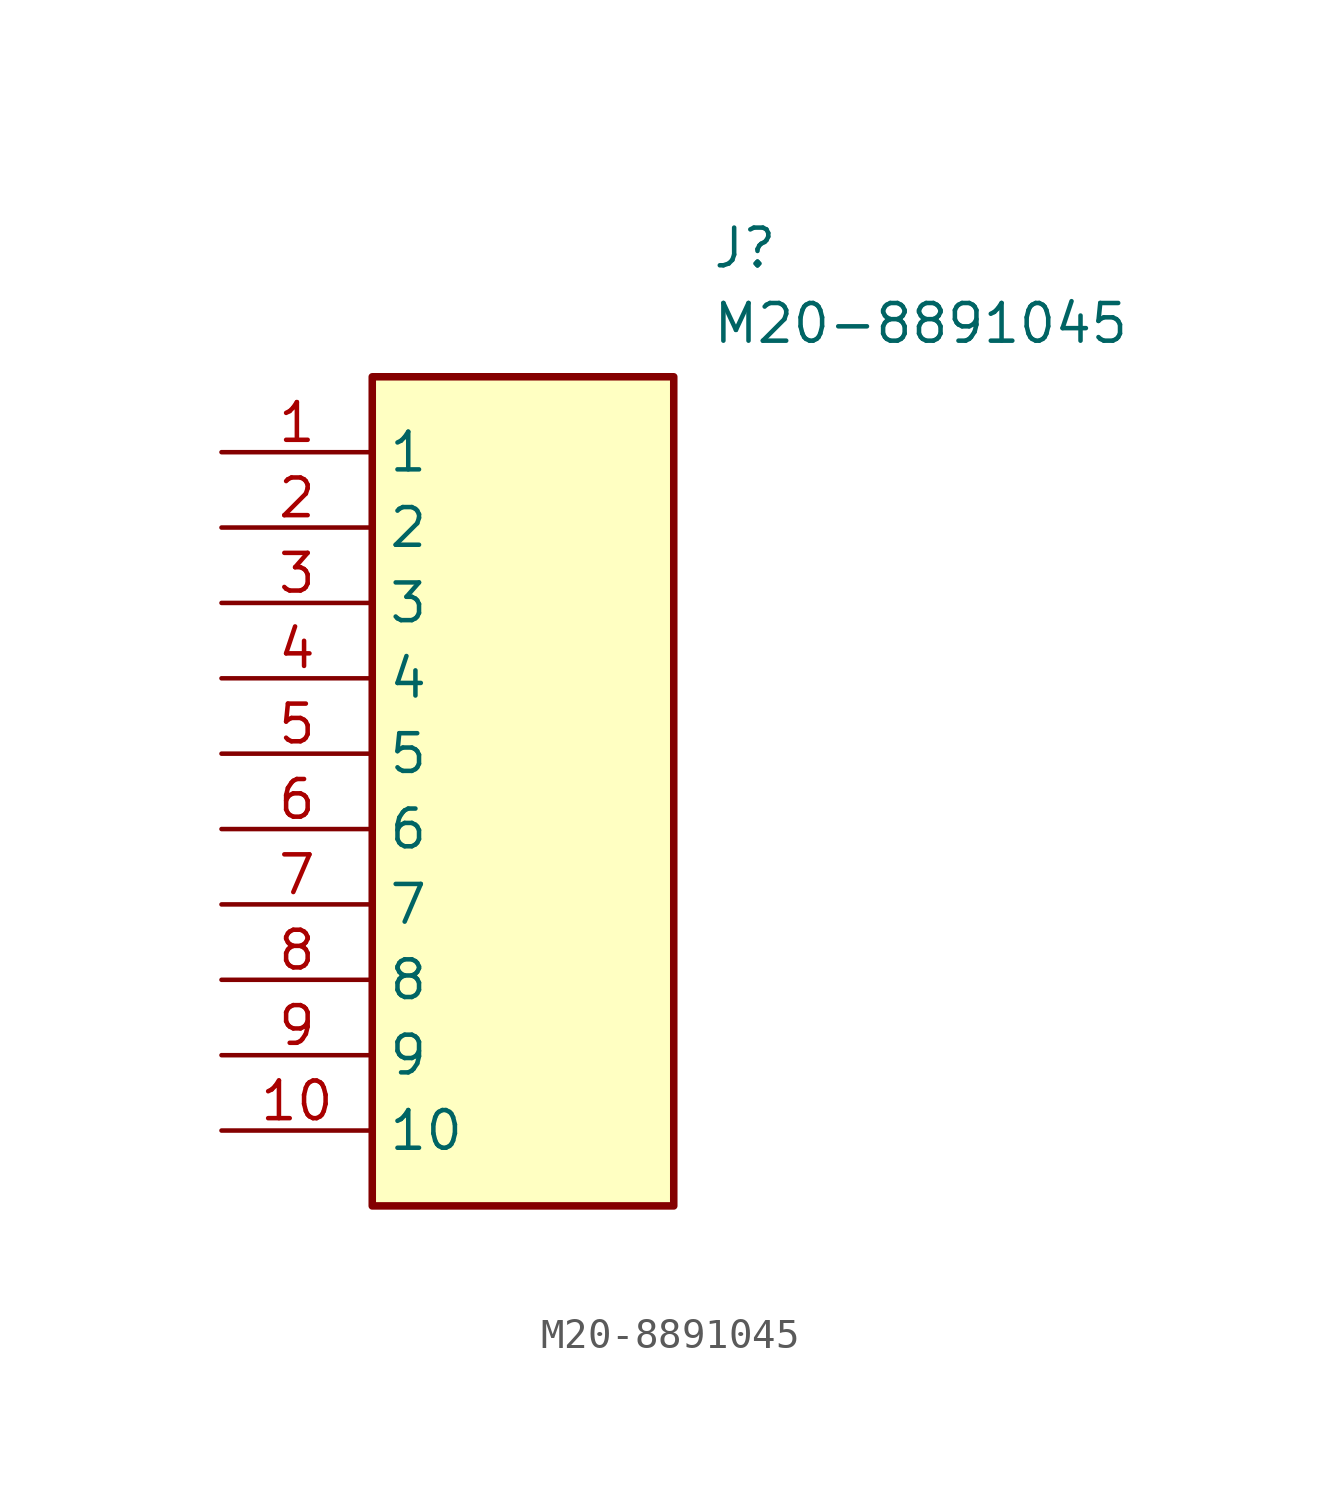
<source format=kicad_sym>
(kicad_symbol_lib
  (version 20211014)
  (generator SamacSys_ECAD_Model)
  (symbol "M20-8891045"
    (property "Reference" "J"
      (at 16.51 7.62 0)
      (effects (font (size 1.27 1.27)) (justify left top)))
    (property "Value" "M20-8891045"
      (at 16.51 5.08 0)
      (effects (font (size 1.27 1.27)) (justify left top)))
    (rectangle
      (start 5.08 2.54)
      (end 15.24 -25.4)
      (stroke (width 0.254) (type default))
      (fill (type background)))
    (pin passive line
      (at 0 0 0)
      (length 5.08)
      (name "1" (effects (font (size 1.27 1.27))))
      (number "1" (effects (font (size 1.27 1.27)))))
    (pin passive line
      (at 0 -2.54 0)
      (length 5.08)
      (name "2" (effects (font (size 1.27 1.27))))
      (number "2" (effects (font (size 1.27 1.27)))))
    (pin passive line
      (at 0 -5.08 0)
      (length 5.08)
      (name "3" (effects (font (size 1.27 1.27))))
      (number "3" (effects (font (size 1.27 1.27)))))
    (pin passive line
      (at 0 -7.62 0)
      (length 5.08)
      (name "4" (effects (font (size 1.27 1.27))))
      (number "4" (effects (font (size 1.27 1.27)))))
    (pin passive line
      (at 0 -10.16 0)
      (length 5.08)
      (name "5" (effects (font (size 1.27 1.27))))
      (number "5" (effects (font (size 1.27 1.27)))))
    (pin passive line
      (at 0 -12.7 0)
      (length 5.08)
      (name "6" (effects (font (size 1.27 1.27))))
      (number "6" (effects (font (size 1.27 1.27)))))
    (pin passive line
      (at 0 -15.24 0)
      (length 5.08)
      (name "7" (effects (font (size 1.27 1.27))))
      (number "7" (effects (font (size 1.27 1.27)))))
    (pin passive line
      (at 0 -17.78 0)
      (length 5.08)
      (name "8" (effects (font (size 1.27 1.27))))
      (number "8" (effects (font (size 1.27 1.27)))))
    (pin passive line
      (at 0 -20.32 0)
      (length 5.08)
      (name "9" (effects (font (size 1.27 1.27))))
      (number "9" (effects (font (size 1.27 1.27)))))
    (pin passive line
      (at 0 -22.86 0)
      (length 5.08)
      (name "10" (effects (font (size 1.27 1.27))))
      (number "10" (effects (font (size 1.27 1.27)))))))
</source>
